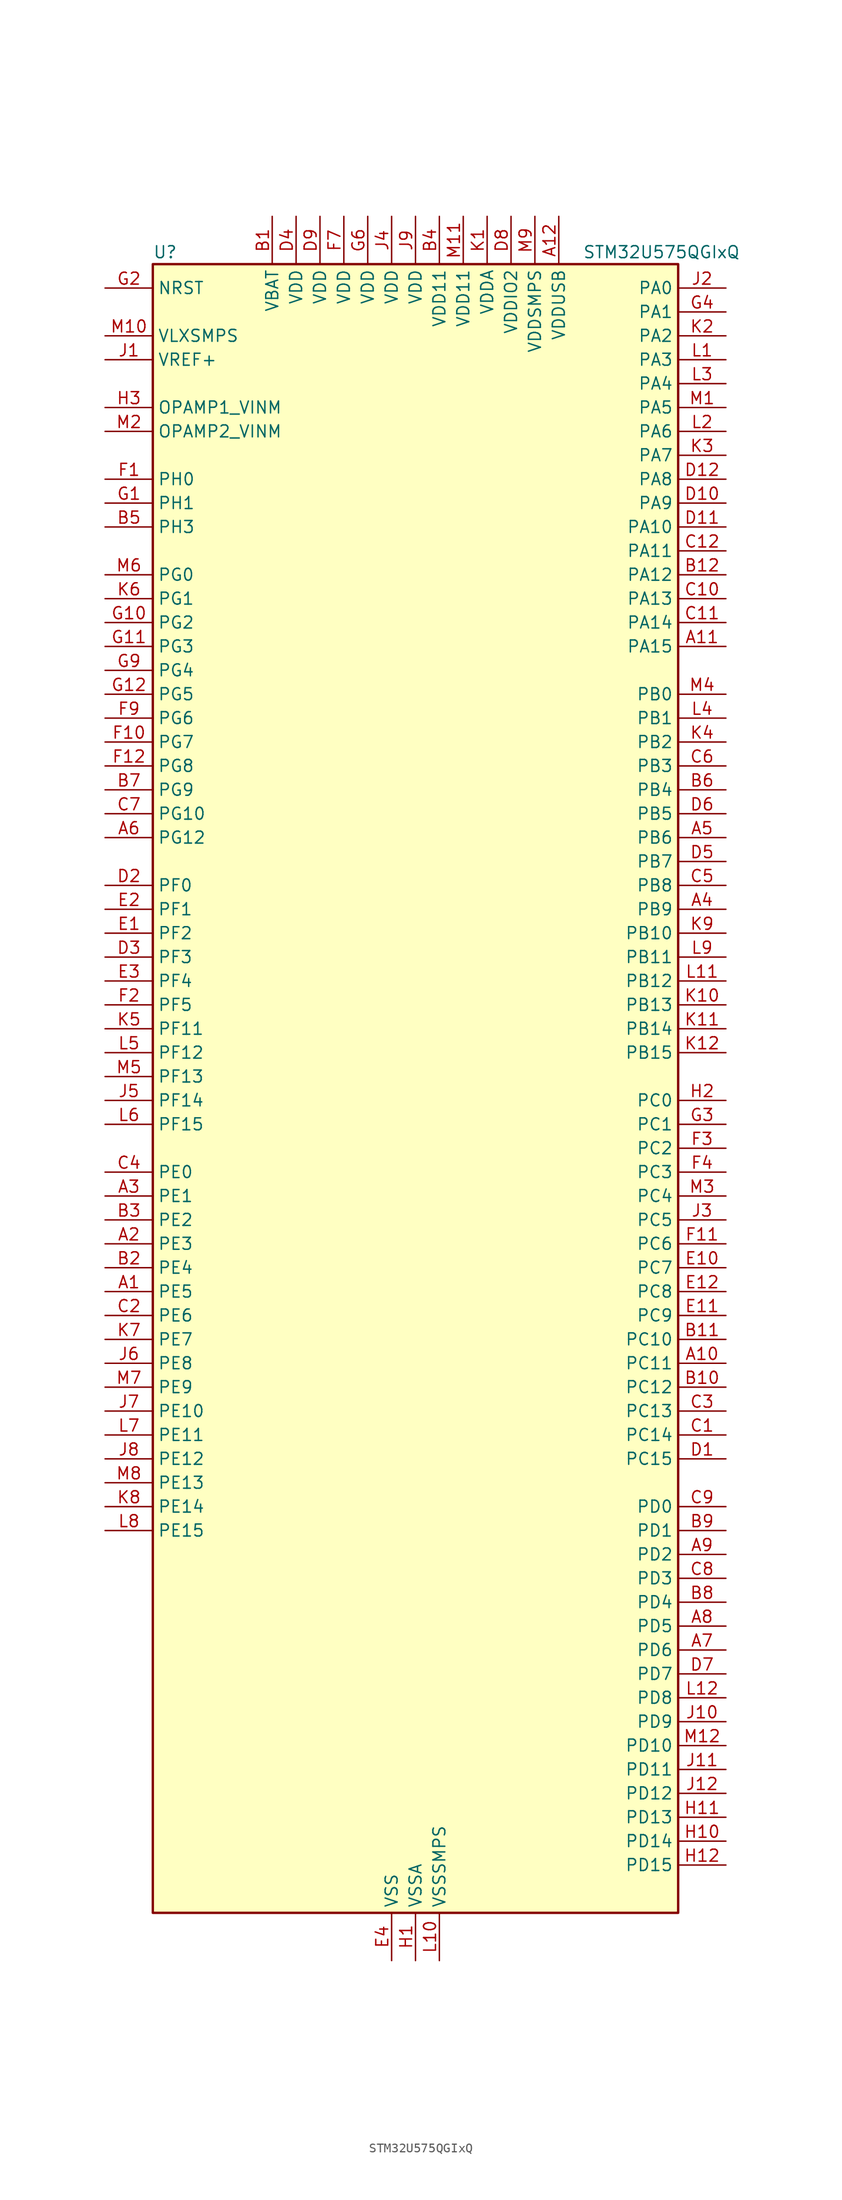
<source format=kicad_sym>
(kicad_symbol_lib
  (version 20220914)
  (generator kicad_symbol_editor)
  (symbol "STM32U575QGIxQ"
    (property "Reference" "U"
      (at -27.94 90.17 0)
      (effects (font (size 1.27 1.27)) (justify left)))
    (property "Value" "STM32U575QGIxQ"
      (at 17.78 90.17 0)
      (effects (font (size 1.27 1.27)) (justify left)))
    (property "ki_locked" ""
      (at 0 0 0)
      (effects (font (size 1.27 1.27))))
    (symbol "STM32U575QGIxQ_0_1"
      (rectangle (start -27.94 -86.36) (end 27.94 88.9) (stroke (width 0.254) (type default)) (fill (type background))))
    (symbol "STM32U575QGIxQ_1_1"
      (pin bidirectional line (at -33.02 -20.32 0) (length 5.08) (name "PE5" (effects (font (size 1.27 1.27)))) (number "A1" (effects (font (size 1.27 1.27)))) (alternate "DCMI_D6" bidirectional line) (alternate "DEBUG_TRACED2" bidirectional line) (alternate "FMC_A21" bidirectional line) (alternate "MDF1_CKI3" bidirectional line) (alternate "PSSI_D6" bidirectional line) (alternate "PWR_WKUP2" bidirectional line) (alternate "SAI1_CK2" bidirectional line) (alternate "SAI1_SCK_A" bidirectional line) (alternate "TAMP_IN8" bidirectional line) (alternate "TAMP_OUT7" bidirectional line) (alternate "TIM3_CH3" bidirectional line) (alternate "TSC_G7_IO4" bidirectional line))
      (pin bidirectional line (at 33.02 -27.94 180) (length 5.08) (name "PC11" (effects (font (size 1.27 1.27)))) (number "A10" (effects (font (size 1.27 1.27)))) (alternate "ADC1_EXTI11" bidirectional line) (alternate "ADF1_SDI0" bidirectional line) (alternate "DCMI_D2" bidirectional line) (alternate "DCMI_D4" bidirectional line) (alternate "LPTIM3_IN1" bidirectional line) (alternate "OCTOSPIM_P1_NCS" bidirectional line) (alternate "PSSI_D2" bidirectional line) (alternate "PSSI_D4" bidirectional line) (alternate "SAI2_MCLK_B" bidirectional line) (alternate "SDMMC1_D3" bidirectional line) (alternate "SPI3_MISO" bidirectional line) (alternate "TSC_G3_IO3" bidirectional line) (alternate "UART4_RX" bidirectional line) (alternate "UCPD1_FRSTX2" bidirectional line) (alternate "USART3_RX" bidirectional line))
      (pin bidirectional line (at 33.02 48.26 180) (length 5.08) (name "PA15" (effects (font (size 1.27 1.27)))) (number "A11" (effects (font (size 1.27 1.27)))) (alternate "ADC1_EXTI15" bidirectional line) (alternate "ADC4_EXTI15" bidirectional line) (alternate "DEBUG_JTDI" bidirectional line) (alternate "SAI2_FS_B" bidirectional line) (alternate "SPI1_NSS" bidirectional line) (alternate "SPI3_NSS" bidirectional line) (alternate "TIM2_CH1" bidirectional line) (alternate "TIM2_ETR" bidirectional line) (alternate "UART4_DE" bidirectional line) (alternate "UART4_RTS" bidirectional line) (alternate "UCPD1_CC1" bidirectional line) (alternate "USART2_RX" bidirectional line) (alternate "USART3_DE" bidirectional line) (alternate "USART3_RTS" bidirectional line))
      (pin power_in line (at 15.24 93.98 270) (length 5.08) (name "VDDUSB" (effects (font (size 1.27 1.27)))) (number "A12" (effects (font (size 1.27 1.27)))))
      (pin bidirectional line (at -33.02 -15.24 0) (length 5.08) (name "PE3" (effects (font (size 1.27 1.27)))) (number "A2" (effects (font (size 1.27 1.27)))) (alternate "DEBUG_TRACED0" bidirectional line) (alternate "FMC_A19" bidirectional line) (alternate "OCTOSPIM_P1_DQS" bidirectional line) (alternate "SAI1_SD_B" bidirectional line) (alternate "TAMP_IN6" bidirectional line) (alternate "TAMP_OUT3" bidirectional line) (alternate "TIM3_CH1" bidirectional line) (alternate "TSC_G7_IO2" bidirectional line))
      (pin bidirectional line (at -33.02 -10.16 0) (length 5.08) (name "PE1" (effects (font (size 1.27 1.27)))) (number "A3" (effects (font (size 1.27 1.27)))) (alternate "DCMI_D3" bidirectional line) (alternate "FMC_NBL1" bidirectional line) (alternate "PSSI_D3" bidirectional line) (alternate "TIM17_CH1" bidirectional line))
      (pin bidirectional line (at 33.02 20.32 180) (length 5.08) (name "PB9" (effects (font (size 1.27 1.27)))) (number "A4" (effects (font (size 1.27 1.27)))) (alternate "DAC1_EXTI9" bidirectional line) (alternate "DCMI_D7" bidirectional line) (alternate "FDCAN1_TX" bidirectional line) (alternate "I2C1_SDA" bidirectional line) (alternate "IR_OUT" bidirectional line) (alternate "PSSI_D7" bidirectional line) (alternate "SAI1_D2" bidirectional line) (alternate "SAI1_FS_A" bidirectional line) (alternate "SDMMC1_CDIR" bidirectional line) (alternate "SDMMC1_D5" bidirectional line) (alternate "SDMMC2_D5" bidirectional line) (alternate "SPI2_NSS" bidirectional line) (alternate "TIM17_CH1" bidirectional line) (alternate "TIM4_CH4" bidirectional line))
      (pin bidirectional line (at 33.02 27.94 180) (length 5.08) (name "PB6" (effects (font (size 1.27 1.27)))) (number "A5" (effects (font (size 1.27 1.27)))) (alternate "COMP2_INP" bidirectional line) (alternate "DCMI_D5" bidirectional line) (alternate "I2C1_SCL" bidirectional line) (alternate "I2C4_SCL" bidirectional line) (alternate "LPTIM1_ETR" bidirectional line) (alternate "MDF1_SDI5" bidirectional line) (alternate "PSSI_D5" bidirectional line) (alternate "PWR_WKUP3" bidirectional line) (alternate "SAI1_FS_B" bidirectional line) (alternate "TIM16_CH1N" bidirectional line) (alternate "TIM4_CH1" bidirectional line) (alternate "TIM8_BKIN2" bidirectional line) (alternate "TSC_G2_IO3" bidirectional line) (alternate "USART1_TX" bidirectional line))
      (pin bidirectional line (at -33.02 27.94 0) (length 5.08) (name "PG12" (effects (font (size 1.27 1.27)))) (number "A6" (effects (font (size 1.27 1.27)))) (alternate "FMC_NE4" bidirectional line) (alternate "LPTIM1_ETR" bidirectional line) (alternate "OCTOSPIM_P2_NCS" bidirectional line) (alternate "SAI2_SD_A" bidirectional line) (alternate "SPI3_NSS" bidirectional line) (alternate "USART1_DE" bidirectional line) (alternate "USART1_RTS" bidirectional line))
      (pin bidirectional line (at 33.02 -58.42 180) (length 5.08) (name "PD6" (effects (font (size 1.27 1.27)))) (number "A7" (effects (font (size 1.27 1.27)))) (alternate "DCMI_D10" bidirectional line) (alternate "FMC_NWAIT" bidirectional line) (alternate "MDF1_SDI1" bidirectional line) (alternate "OCTOSPIM_P1_IO6" bidirectional line) (alternate "PSSI_D10" bidirectional line) (alternate "SAI1_D1" bidirectional line) (alternate "SAI1_SD_A" bidirectional line) (alternate "SDMMC2_CK" bidirectional line) (alternate "SPI3_MOSI" bidirectional line) (alternate "USART2_RX" bidirectional line))
      (pin bidirectional line (at 33.02 -55.88 180) (length 5.08) (name "PD5" (effects (font (size 1.27 1.27)))) (number "A8" (effects (font (size 1.27 1.27)))) (alternate "FMC_NWE" bidirectional line) (alternate "OCTOSPIM_P1_IO5" bidirectional line) (alternate "SPI2_RDY" bidirectional line) (alternate "USART2_TX" bidirectional line))
      (pin bidirectional line (at 33.02 -48.26 180) (length 5.08) (name "PD2" (effects (font (size 1.27 1.27)))) (number "A9" (effects (font (size 1.27 1.27)))) (alternate "DCMI_D11" bidirectional line) (alternate "DEBUG_TRACED2" bidirectional line) (alternate "LPTIM4_ETR" bidirectional line) (alternate "PSSI_D11" bidirectional line) (alternate "SDMMC1_CMD" bidirectional line) (alternate "TIM3_ETR" bidirectional line) (alternate "TSC_SYNC" bidirectional line) (alternate "UART5_RX" bidirectional line) (alternate "USART3_DE" bidirectional line) (alternate "USART3_RTS" bidirectional line))
      (pin power_in line (at -15.24 93.98 270) (length 5.08) (name "VBAT" (effects (font (size 1.27 1.27)))) (number "B1" (effects (font (size 1.27 1.27)))))
      (pin bidirectional line (at 33.02 -30.48 180) (length 5.08) (name "PC12" (effects (font (size 1.27 1.27)))) (number "B10" (effects (font (size 1.27 1.27)))) (alternate "DCMI_D9" bidirectional line) (alternate "DEBUG_TRACED3" bidirectional line) (alternate "PSSI_D9" bidirectional line) (alternate "SAI2_SD_B" bidirectional line) (alternate "SDMMC1_CK" bidirectional line) (alternate "SPI3_MOSI" bidirectional line) (alternate "TSC_G3_IO4" bidirectional line) (alternate "UART5_TX" bidirectional line) (alternate "USART3_CK" bidirectional line))
      (pin bidirectional line (at 33.02 -25.4 180) (length 5.08) (name "PC10" (effects (font (size 1.27 1.27)))) (number "B11" (effects (font (size 1.27 1.27)))) (alternate "ADF1_CCK1" bidirectional line) (alternate "DCMI_D8" bidirectional line) (alternate "DEBUG_TRACED1" bidirectional line) (alternate "LPTIM3_ETR" bidirectional line) (alternate "PSSI_D8" bidirectional line) (alternate "SAI2_SCK_B" bidirectional line) (alternate "SDMMC1_D2" bidirectional line) (alternate "SPI3_SCK" bidirectional line) (alternate "TSC_G3_IO2" bidirectional line) (alternate "UART4_TX" bidirectional line) (alternate "USART3_TX" bidirectional line))
      (pin bidirectional line (at 33.02 55.88 180) (length 5.08) (name "PA12" (effects (font (size 1.27 1.27)))) (number "B12" (effects (font (size 1.27 1.27)))) (alternate "FDCAN1_TX" bidirectional line) (alternate "OCTOSPIM_P2_NCS" bidirectional line) (alternate "SPI1_MOSI" bidirectional line) (alternate "TIM1_ETR" bidirectional line) (alternate "USART1_DE" bidirectional line) (alternate "USART1_RTS" bidirectional line) (alternate "USB_OTG_FS_DP" bidirectional line))
      (pin bidirectional line (at -33.02 -17.78 0) (length 5.08) (name "PE4" (effects (font (size 1.27 1.27)))) (number "B2" (effects (font (size 1.27 1.27)))) (alternate "DCMI_D4" bidirectional line) (alternate "DEBUG_TRACED1" bidirectional line) (alternate "FMC_A20" bidirectional line) (alternate "MDF1_SDI3" bidirectional line) (alternate "PSSI_D4" bidirectional line) (alternate "PWR_WKUP1" bidirectional line) (alternate "SAI1_D2" bidirectional line) (alternate "SAI1_FS_A" bidirectional line) (alternate "TAMP_IN7" bidirectional line) (alternate "TAMP_OUT8" bidirectional line) (alternate "TIM3_CH2" bidirectional line) (alternate "TSC_G7_IO3" bidirectional line))
      (pin bidirectional line (at -33.02 -12.7 0) (length 5.08) (name "PE2" (effects (font (size 1.27 1.27)))) (number "B3" (effects (font (size 1.27 1.27)))) (alternate "DEBUG_TRACECLK" bidirectional line) (alternate "FMC_A23" bidirectional line) (alternate "SAI1_CK1" bidirectional line) (alternate "SAI1_MCLK_A" bidirectional line) (alternate "TIM3_ETR" bidirectional line) (alternate "TSC_G7_IO1" bidirectional line))
      (pin power_in line (at 2.54 93.98 270) (length 5.08) (name "VDD11" (effects (font (size 1.27 1.27)))) (number "B4" (effects (font (size 1.27 1.27)))))
      (pin bidirectional line (at -33.02 60.96 0) (length 5.08) (name "PH3" (effects (font (size 1.27 1.27)))) (number "B5" (effects (font (size 1.27 1.27)))))
      (pin bidirectional line (at 33.02 33.02 180) (length 5.08) (name "PB4" (effects (font (size 1.27 1.27)))) (number "B6" (effects (font (size 1.27 1.27)))) (alternate "ADF1_SDI0" bidirectional line) (alternate "COMP2_INP" bidirectional line) (alternate "DCMI_D12" bidirectional line) (alternate "DEBUG_JTRST" bidirectional line) (alternate "I2C3_SDA" bidirectional line) (alternate "LPTIM1_CH2" bidirectional line) (alternate "PSSI_D12" bidirectional line) (alternate "SAI1_MCLK_B" bidirectional line) (alternate "SDMMC2_D3" bidirectional line) (alternate "SPI1_MISO" bidirectional line) (alternate "SPI3_MISO" bidirectional line) (alternate "TIM17_BKIN" bidirectional line) (alternate "TIM3_CH1" bidirectional line) (alternate "TSC_G2_IO1" bidirectional line) (alternate "UART5_DE" bidirectional line) (alternate "UART5_RTS" bidirectional line) (alternate "USART1_CTS" bidirectional line))
      (pin bidirectional line (at -33.02 33.02 0) (length 5.08) (name "PG9" (effects (font (size 1.27 1.27)))) (number "B7" (effects (font (size 1.27 1.27)))) (alternate "DAC1_EXTI9" bidirectional line) (alternate "FMC_NCE" bidirectional line) (alternate "FMC_NE2" bidirectional line) (alternate "OCTOSPIM_P2_IO6" bidirectional line) (alternate "SAI2_SCK_A" bidirectional line) (alternate "SPI3_SCK" bidirectional line) (alternate "TIM15_CH1N" bidirectional line) (alternate "USART1_TX" bidirectional line))
      (pin bidirectional line (at 33.02 -53.34 180) (length 5.08) (name "PD4" (effects (font (size 1.27 1.27)))) (number "B8" (effects (font (size 1.27 1.27)))) (alternate "FMC_NOE" bidirectional line) (alternate "MDF1_CKI0" bidirectional line) (alternate "OCTOSPIM_P1_IO4" bidirectional line) (alternate "SPI2_MOSI" bidirectional line) (alternate "USART2_DE" bidirectional line) (alternate "USART2_RTS" bidirectional line))
      (pin bidirectional line (at 33.02 -45.72 180) (length 5.08) (name "PD1" (effects (font (size 1.27 1.27)))) (number "B9" (effects (font (size 1.27 1.27)))) (alternate "FDCAN1_TX" bidirectional line) (alternate "FMC_D3" bidirectional line) (alternate "FMC_DA3" bidirectional line) (alternate "SPI2_SCK" bidirectional line))
      (pin bidirectional line (at 33.02 -35.56 180) (length 5.08) (name "PC14" (effects (font (size 1.27 1.27)))) (number "C1" (effects (font (size 1.27 1.27)))) (alternate "RCC_OSC32_IN" bidirectional line))
      (pin bidirectional line (at 33.02 53.34 180) (length 5.08) (name "PA13" (effects (font (size 1.27 1.27)))) (number "C10" (effects (font (size 1.27 1.27)))) (alternate "DEBUG_JTMS-SWDIO" bidirectional line) (alternate "IR_OUT" bidirectional line) (alternate "SAI1_SD_B" bidirectional line) (alternate "USB_OTG_FS_NOE" bidirectional line))
      (pin bidirectional line (at 33.02 50.8 180) (length 5.08) (name "PA14" (effects (font (size 1.27 1.27)))) (number "C11" (effects (font (size 1.27 1.27)))) (alternate "DEBUG_JTCK-SWCLK" bidirectional line) (alternate "I2C1_SMBA" bidirectional line) (alternate "I2C4_SMBA" bidirectional line) (alternate "LPTIM1_CH1" bidirectional line) (alternate "SAI1_FS_B" bidirectional line) (alternate "USB_OTG_FS_SOF" bidirectional line))
      (pin bidirectional line (at 33.02 58.42 180) (length 5.08) (name "PA11" (effects (font (size 1.27 1.27)))) (number "C12" (effects (font (size 1.27 1.27)))) (alternate "ADC1_EXTI11" bidirectional line) (alternate "FDCAN1_RX" bidirectional line) (alternate "SPI1_MISO" bidirectional line) (alternate "TIM1_BKIN2" bidirectional line) (alternate "TIM1_CH4" bidirectional line) (alternate "USART1_CTS" bidirectional line) (alternate "USB_OTG_FS_DM" bidirectional line))
      (pin bidirectional line (at -33.02 -22.86 0) (length 5.08) (name "PE6" (effects (font (size 1.27 1.27)))) (number "C2" (effects (font (size 1.27 1.27)))) (alternate "DCMI_D7" bidirectional line) (alternate "DEBUG_TRACED3" bidirectional line) (alternate "FMC_A22" bidirectional line) (alternate "PSSI_D7" bidirectional line) (alternate "PWR_WKUP3" bidirectional line) (alternate "SAI1_D1" bidirectional line) (alternate "SAI1_SD_A" bidirectional line) (alternate "TAMP_IN3" bidirectional line) (alternate "TAMP_OUT6" bidirectional line) (alternate "TIM3_CH4" bidirectional line))
      (pin bidirectional line (at 33.02 -33.02 180) (length 5.08) (name "PC13" (effects (font (size 1.27 1.27)))) (number "C3" (effects (font (size 1.27 1.27)))) (alternate "PWR_WKUP2" bidirectional line) (alternate "RTC_OUT1" bidirectional line) (alternate "RTC_TS" bidirectional line) (alternate "TAMP_IN1" bidirectional line) (alternate "TAMP_OUT2" bidirectional line))
      (pin bidirectional line (at -33.02 -7.62 0) (length 5.08) (name "PE0" (effects (font (size 1.27 1.27)))) (number "C4" (effects (font (size 1.27 1.27)))) (alternate "DCMI_D2" bidirectional line) (alternate "FMC_NBL0" bidirectional line) (alternate "PSSI_D2" bidirectional line) (alternate "TIM16_CH1" bidirectional line) (alternate "TIM4_ETR" bidirectional line))
      (pin bidirectional line (at 33.02 22.86 180) (length 5.08) (name "PB8" (effects (font (size 1.27 1.27)))) (number "C5" (effects (font (size 1.27 1.27)))) (alternate "DCMI_D6" bidirectional line) (alternate "FDCAN1_RX" bidirectional line) (alternate "I2C1_SCL" bidirectional line) (alternate "MDF1_CCK0" bidirectional line) (alternate "PSSI_D6" bidirectional line) (alternate "PWR_WKUP5" bidirectional line) (alternate "SAI1_CK1" bidirectional line) (alternate "SAI1_MCLK_A" bidirectional line) (alternate "SDMMC1_CKIN" bidirectional line) (alternate "SDMMC1_D4" bidirectional line) (alternate "SDMMC2_D4" bidirectional line) (alternate "SPI3_RDY" bidirectional line) (alternate "TIM16_CH1" bidirectional line) (alternate "TIM4_CH3" bidirectional line))
      (pin bidirectional line (at 33.02 35.56 180) (length 5.08) (name "PB3" (effects (font (size 1.27 1.27)))) (number "C6" (effects (font (size 1.27 1.27)))) (alternate "ADF1_CCK0" bidirectional line) (alternate "COMP2_INM" bidirectional line) (alternate "CRS_SYNC" bidirectional line) (alternate "DEBUG_JTDO-SWO" bidirectional line) (alternate "I2C1_SDA" bidirectional line) (alternate "LPTIM1_CH1" bidirectional line) (alternate "SAI1_SCK_B" bidirectional line) (alternate "SDMMC2_D2" bidirectional line) (alternate "SPI1_SCK" bidirectional line) (alternate "SPI3_SCK" bidirectional line) (alternate "TIM2_CH2" bidirectional line) (alternate "USART1_DE" bidirectional line) (alternate "USART1_RTS" bidirectional line))
      (pin bidirectional line (at -33.02 30.48 0) (length 5.08) (name "PG10" (effects (font (size 1.27 1.27)))) (number "C7" (effects (font (size 1.27 1.27)))) (alternate "FMC_NE3" bidirectional line) (alternate "LPTIM1_IN1" bidirectional line) (alternate "OCTOSPIM_P2_IO7" bidirectional line) (alternate "SAI2_FS_A" bidirectional line) (alternate "SPI3_MISO" bidirectional line) (alternate "TIM15_CH1" bidirectional line) (alternate "USART1_RX" bidirectional line))
      (pin bidirectional line (at 33.02 -50.8 180) (length 5.08) (name "PD3" (effects (font (size 1.27 1.27)))) (number "C8" (effects (font (size 1.27 1.27)))) (alternate "DCMI_D5" bidirectional line) (alternate "FMC_CLK" bidirectional line) (alternate "MDF1_SDI0" bidirectional line) (alternate "OCTOSPIM_P2_NCS" bidirectional line) (alternate "PSSI_D5" bidirectional line) (alternate "SPI2_MISO" bidirectional line) (alternate "SPI2_SCK" bidirectional line) (alternate "USART2_CTS" bidirectional line))
      (pin bidirectional line (at 33.02 -43.18 180) (length 5.08) (name "PD0" (effects (font (size 1.27 1.27)))) (number "C9" (effects (font (size 1.27 1.27)))) (alternate "FDCAN1_RX" bidirectional line) (alternate "FMC_D2" bidirectional line) (alternate "FMC_DA2" bidirectional line) (alternate "SPI2_NSS" bidirectional line) (alternate "TIM8_CH4N" bidirectional line))
      (pin bidirectional line (at 33.02 -38.1 180) (length 5.08) (name "PC15" (effects (font (size 1.27 1.27)))) (number "D1" (effects (font (size 1.27 1.27)))) (alternate "ADC1_EXTI15" bidirectional line) (alternate "ADC4_EXTI15" bidirectional line) (alternate "RCC_OSC32_OUT" bidirectional line))
      (pin bidirectional line (at 33.02 63.5 180) (length 5.08) (name "PA9" (effects (font (size 1.27 1.27)))) (number "D10" (effects (font (size 1.27 1.27)))) (alternate "DAC1_EXTI9" bidirectional line) (alternate "DCMI_D0" bidirectional line) (alternate "PSSI_D0" bidirectional line) (alternate "SAI1_FS_A" bidirectional line) (alternate "SPI2_SCK" bidirectional line) (alternate "TIM15_BKIN" bidirectional line) (alternate "TIM1_CH2" bidirectional line) (alternate "USART1_TX" bidirectional line) (alternate "USB_OTG_FS_VBUS" bidirectional line))
      (pin bidirectional line (at 33.02 60.96 180) (length 5.08) (name "PA10" (effects (font (size 1.27 1.27)))) (number "D11" (effects (font (size 1.27 1.27)))) (alternate "CRS_SYNC" bidirectional line) (alternate "DCMI_D1" bidirectional line) (alternate "LPTIM2_IN2" bidirectional line) (alternate "PSSI_D1" bidirectional line) (alternate "SAI1_D1" bidirectional line) (alternate "SAI1_SD_A" bidirectional line) (alternate "TIM17_BKIN" bidirectional line) (alternate "TIM1_CH3" bidirectional line) (alternate "USART1_RX" bidirectional line) (alternate "USB_OTG_FS_ID" bidirectional line))
      (pin bidirectional line (at 33.02 66.04 180) (length 5.08) (name "PA8" (effects (font (size 1.27 1.27)))) (number "D12" (effects (font (size 1.27 1.27)))) (alternate "DEBUG_TRACECLK" bidirectional line) (alternate "LPTIM2_CH1" bidirectional line) (alternate "RCC_MCO" bidirectional line) (alternate "SAI1_CK2" bidirectional line) (alternate "SAI1_SCK_A" bidirectional line) (alternate "SPI1_RDY" bidirectional line) (alternate "TIM1_CH1" bidirectional line) (alternate "USART1_CK" bidirectional line) (alternate "USB_OTG_FS_SOF" bidirectional line))
      (pin bidirectional line (at -33.02 22.86 0) (length 5.08) (name "PF0" (effects (font (size 1.27 1.27)))) (number "D2" (effects (font (size 1.27 1.27)))) (alternate "FMC_A0" bidirectional line) (alternate "I2C2_SDA" bidirectional line) (alternate "OCTOSPIM_P2_IO0" bidirectional line))
      (pin bidirectional line (at -33.02 15.24 0) (length 5.08) (name "PF3" (effects (font (size 1.27 1.27)))) (number "D3" (effects (font (size 1.27 1.27)))) (alternate "FMC_A3" bidirectional line) (alternate "LPTIM3_IN1" bidirectional line) (alternate "OCTOSPIM_P2_IO3" bidirectional line))
      (pin power_in line (at -12.7 93.98 270) (length 5.08) (name "VDD" (effects (font (size 1.27 1.27)))) (number "D4" (effects (font (size 1.27 1.27)))))
      (pin bidirectional line (at 33.02 25.4 180) (length 5.08) (name "PB7" (effects (font (size 1.27 1.27)))) (number "D5" (effects (font (size 1.27 1.27)))) (alternate "COMP2_INM" bidirectional line) (alternate "DCMI_VSYNC" bidirectional line) (alternate "FMC_NL" bidirectional line) (alternate "I2C1_SDA" bidirectional line) (alternate "I2C4_SDA" bidirectional line) (alternate "LPTIM1_IN2" bidirectional line) (alternate "MDF1_CKI5" bidirectional line) (alternate "PSSI_RDY" bidirectional line) (alternate "PWR_PVD_IN" bidirectional line) (alternate "PWR_WKUP4" bidirectional line) (alternate "TIM17_CH1N" bidirectional line) (alternate "TIM4_CH2" bidirectional line) (alternate "TIM8_BKIN" bidirectional line) (alternate "TSC_G2_IO4" bidirectional line) (alternate "UART4_CTS" bidirectional line) (alternate "USART1_RX" bidirectional line))
      (pin bidirectional line (at 33.02 30.48 180) (length 5.08) (name "PB5" (effects (font (size 1.27 1.27)))) (number "D6" (effects (font (size 1.27 1.27)))) (alternate "COMP2_OUT" bidirectional line) (alternate "DCMI_D10" bidirectional line) (alternate "I2C1_SMBA" bidirectional line) (alternate "LPTIM1_IN1" bidirectional line) (alternate "OCTOSPIM_P1_NCLK" bidirectional line) (alternate "PSSI_D10" bidirectional line) (alternate "PWR_WKUP6" bidirectional line) (alternate "SAI1_SD_B" bidirectional line) (alternate "SPI1_MOSI" bidirectional line) (alternate "SPI3_MOSI" bidirectional line) (alternate "TIM16_BKIN" bidirectional line) (alternate "TIM3_CH2" bidirectional line) (alternate "TSC_G2_IO2" bidirectional line) (alternate "UART5_CTS" bidirectional line) (alternate "UCPD1_DBCC1" bidirectional line) (alternate "USART1_CK" bidirectional line))
      (pin bidirectional line (at 33.02 -60.96 180) (length 5.08) (name "PD7" (effects (font (size 1.27 1.27)))) (number "D7" (effects (font (size 1.27 1.27)))) (alternate "FMC_NCE" bidirectional line) (alternate "FMC_NE1" bidirectional line) (alternate "LPTIM4_OUT" bidirectional line) (alternate "MDF1_CKI1" bidirectional line) (alternate "OCTOSPIM_P1_IO7" bidirectional line) (alternate "SDMMC2_CMD" bidirectional line) (alternate "USART2_CK" bidirectional line))
      (pin power_in line (at 10.16 93.98 270) (length 5.08) (name "VDDIO2" (effects (font (size 1.27 1.27)))) (number "D8" (effects (font (size 1.27 1.27)))))
      (pin power_in line (at -10.16 93.98 270) (length 5.08) (name "VDD" (effects (font (size 1.27 1.27)))) (number "D9" (effects (font (size 1.27 1.27)))))
      (pin bidirectional line (at -33.02 17.78 0) (length 5.08) (name "PF2" (effects (font (size 1.27 1.27)))) (number "E1" (effects (font (size 1.27 1.27)))) (alternate "FMC_A2" bidirectional line) (alternate "I2C2_SMBA" bidirectional line) (alternate "LPTIM3_CH2" bidirectional line) (alternate "OCTOSPIM_P2_IO2" bidirectional line) (alternate "PWR_WKUP8" bidirectional line))
      (pin bidirectional line (at 33.02 -17.78 180) (length 5.08) (name "PC7" (effects (font (size 1.27 1.27)))) (number "E10" (effects (font (size 1.27 1.27)))) (alternate "DCMI_D1" bidirectional line) (alternate "LPTIM2_CH2" bidirectional line) (alternate "MDF1_SDI3" bidirectional line) (alternate "PSSI_D1" bidirectional line) (alternate "PWR_CDSTOP" bidirectional line) (alternate "SAI2_MCLK_B" bidirectional line) (alternate "SDMMC1_D123DIR" bidirectional line) (alternate "SDMMC1_D7" bidirectional line) (alternate "SDMMC2_D7" bidirectional line) (alternate "TIM3_CH2" bidirectional line) (alternate "TIM8_CH2" bidirectional line) (alternate "TSC_G4_IO2" bidirectional line))
      (pin bidirectional line (at 33.02 -22.86 180) (length 5.08) (name "PC9" (effects (font (size 1.27 1.27)))) (number "E11" (effects (font (size 1.27 1.27)))) (alternate "DAC1_EXTI9" bidirectional line) (alternate "DCMI_D3" bidirectional line) (alternate "DEBUG_TRACED0" bidirectional line) (alternate "LPTIM3_CH2" bidirectional line) (alternate "PSSI_D3" bidirectional line) (alternate "SDMMC1_D1" bidirectional line) (alternate "TIM3_CH4" bidirectional line) (alternate "TIM8_BKIN2" bidirectional line) (alternate "TIM8_CH4" bidirectional line) (alternate "TSC_G4_IO4" bidirectional line) (alternate "USB_OTG_FS_NOE" bidirectional line))
      (pin bidirectional line (at 33.02 -20.32 180) (length 5.08) (name "PC8" (effects (font (size 1.27 1.27)))) (number "E12" (effects (font (size 1.27 1.27)))) (alternate "DCMI_D2" bidirectional line) (alternate "LPTIM3_CH1" bidirectional line) (alternate "PSSI_D2" bidirectional line) (alternate "PWR_SRDSTOP" bidirectional line) (alternate "SDMMC1_D0" bidirectional line) (alternate "TIM3_CH3" bidirectional line) (alternate "TIM8_CH3" bidirectional line) (alternate "TSC_G4_IO3" bidirectional line))
      (pin bidirectional line (at -33.02 20.32 0) (length 5.08) (name "PF1" (effects (font (size 1.27 1.27)))) (number "E2" (effects (font (size 1.27 1.27)))) (alternate "FMC_A1" bidirectional line) (alternate "I2C2_SCL" bidirectional line) (alternate "OCTOSPIM_P2_IO1" bidirectional line))
      (pin bidirectional line (at -33.02 12.7 0) (length 5.08) (name "PF4" (effects (font (size 1.27 1.27)))) (number "E3" (effects (font (size 1.27 1.27)))) (alternate "FMC_A4" bidirectional line) (alternate "LPTIM3_ETR" bidirectional line) (alternate "OCTOSPIM_P2_CLK" bidirectional line))
      (pin power_in line (at -2.54 -91.44 90) (length 5.08) (name "VSS" (effects (font (size 1.27 1.27)))) (number "E4" (effects (font (size 1.27 1.27)))))
      (pin passive line (at -2.54 -91.44 90) (length 5.08) hide (name "VSS" (effects (font (size 1.27 1.27)))) (number "E9" (effects (font (size 1.27 1.27)))))
      (pin bidirectional line (at -33.02 66.04 0) (length 5.08) (name "PH0" (effects (font (size 1.27 1.27)))) (number "F1" (effects (font (size 1.27 1.27)))) (alternate "RCC_OSC_IN" bidirectional line))
      (pin bidirectional line (at -33.02 38.1 0) (length 5.08) (name "PG7" (effects (font (size 1.27 1.27)))) (number "F10" (effects (font (size 1.27 1.27)))) (alternate "FMC_INT" bidirectional line) (alternate "I2C3_SCL" bidirectional line) (alternate "LPUART1_TX" bidirectional line) (alternate "MDF1_CCK0" bidirectional line) (alternate "OCTOSPIM_P2_DQS" bidirectional line) (alternate "SAI1_CK1" bidirectional line) (alternate "SAI1_MCLK_A" bidirectional line) (alternate "UCPD1_FRSTX2" bidirectional line))
      (pin bidirectional line (at 33.02 -15.24 180) (length 5.08) (name "PC6" (effects (font (size 1.27 1.27)))) (number "F11" (effects (font (size 1.27 1.27)))) (alternate "DCMI_D0" bidirectional line) (alternate "MDF1_CKI3" bidirectional line) (alternate "PSSI_D0" bidirectional line) (alternate "PWR_CSLEEP" bidirectional line) (alternate "SAI2_MCLK_A" bidirectional line) (alternate "SDMMC1_D0DIR" bidirectional line) (alternate "SDMMC1_D6" bidirectional line) (alternate "SDMMC2_D6" bidirectional line) (alternate "TIM3_CH1" bidirectional line) (alternate "TIM8_CH1" bidirectional line) (alternate "TSC_G4_IO1" bidirectional line))
      (pin bidirectional line (at -33.02 35.56 0) (length 5.08) (name "PG8" (effects (font (size 1.27 1.27)))) (number "F12" (effects (font (size 1.27 1.27)))) (alternate "I2C3_SDA" bidirectional line) (alternate "LPUART1_RX" bidirectional line))
      (pin bidirectional line (at -33.02 10.16 0) (length 5.08) (name "PF5" (effects (font (size 1.27 1.27)))) (number "F2" (effects (font (size 1.27 1.27)))) (alternate "FMC_A5" bidirectional line) (alternate "LPTIM3_CH1" bidirectional line) (alternate "OCTOSPIM_P2_NCLK" bidirectional line))
      (pin bidirectional line (at 33.02 -5.08 180) (length 5.08) (name "PC2" (effects (font (size 1.27 1.27)))) (number "F3" (effects (font (size 1.27 1.27)))) (alternate "ADC1_IN3" bidirectional line) (alternate "ADC4_IN3" bidirectional line) (alternate "LPTIM1_IN2" bidirectional line) (alternate "MDF1_CCK1" bidirectional line) (alternate "OCTOSPIM_P1_IO5" bidirectional line) (alternate "SPI2_MISO" bidirectional line))
      (pin bidirectional line (at 33.02 -7.62 180) (length 5.08) (name "PC3" (effects (font (size 1.27 1.27)))) (number "F4" (effects (font (size 1.27 1.27)))) (alternate "ADC1_IN4" bidirectional line) (alternate "ADC4_IN4" bidirectional line) (alternate "LPTIM1_ETR" bidirectional line) (alternate "LPTIM2_ETR" bidirectional line) (alternate "LPTIM3_CH1" bidirectional line) (alternate "OCTOSPIM_P1_IO6" bidirectional line) (alternate "SAI1_D1" bidirectional line) (alternate "SAI1_SD_A" bidirectional line) (alternate "SPI2_MOSI" bidirectional line))
      (pin passive line (at -2.54 -91.44 90) (length 5.08) hide (name "VSS" (effects (font (size 1.27 1.27)))) (number "F6" (effects (font (size 1.27 1.27)))))
      (pin power_in line (at -7.62 93.98 270) (length 5.08) (name "VDD" (effects (font (size 1.27 1.27)))) (number "F7" (effects (font (size 1.27 1.27)))))
      (pin bidirectional line (at -33.02 40.64 0) (length 5.08) (name "PG6" (effects (font (size 1.27 1.27)))) (number "F9" (effects (font (size 1.27 1.27)))) (alternate "I2C3_SMBA" bidirectional line) (alternate "LPUART1_DE" bidirectional line) (alternate "LPUART1_RTS" bidirectional line) (alternate "OCTOSPIM_P1_DQS" bidirectional line) (alternate "SPI1_RDY" bidirectional line) (alternate "UCPD1_FRSTX1" bidirectional line))
      (pin bidirectional line (at -33.02 63.5 0) (length 5.08) (name "PH1" (effects (font (size 1.27 1.27)))) (number "G1" (effects (font (size 1.27 1.27)))) (alternate "RCC_OSC_OUT" bidirectional line))
      (pin bidirectional line (at -33.02 50.8 0) (length 5.08) (name "PG2" (effects (font (size 1.27 1.27)))) (number "G10" (effects (font (size 1.27 1.27)))) (alternate "FMC_A12" bidirectional line) (alternate "SAI2_SCK_B" bidirectional line) (alternate "SPI1_SCK" bidirectional line))
      (pin bidirectional line (at -33.02 48.26 0) (length 5.08) (name "PG3" (effects (font (size 1.27 1.27)))) (number "G11" (effects (font (size 1.27 1.27)))) (alternate "FMC_A13" bidirectional line) (alternate "SAI2_FS_B" bidirectional line) (alternate "SPI1_MISO" bidirectional line))
      (pin bidirectional line (at -33.02 43.18 0) (length 5.08) (name "PG5" (effects (font (size 1.27 1.27)))) (number "G12" (effects (font (size 1.27 1.27)))) (alternate "FMC_A15" bidirectional line) (alternate "LPUART1_CTS" bidirectional line) (alternate "SAI2_SD_B" bidirectional line) (alternate "SPI1_NSS" bidirectional line))
      (pin input line (at -33.02 86.36 0) (length 5.08) (name "NRST" (effects (font (size 1.27 1.27)))) (number "G2" (effects (font (size 1.27 1.27)))))
      (pin bidirectional line (at 33.02 -2.54 180) (length 5.08) (name "PC1" (effects (font (size 1.27 1.27)))) (number "G3" (effects (font (size 1.27 1.27)))) (alternate "ADC1_IN2" bidirectional line) (alternate "ADC4_IN2" bidirectional line) (alternate "DEBUG_TRACED0" bidirectional line) (alternate "I2C3_SDA" bidirectional line) (alternate "LPTIM1_CH1" bidirectional line) (alternate "LPUART1_TX" bidirectional line) (alternate "MDF1_CKI4" bidirectional line) (alternate "OCTOSPIM_P1_IO4" bidirectional line) (alternate "SAI1_SD_A" bidirectional line) (alternate "SDMMC2_CK" bidirectional line) (alternate "SPI2_MOSI" bidirectional line))
      (pin bidirectional line (at 33.02 83.82 180) (length 5.08) (name "PA1" (effects (font (size 1.27 1.27)))) (number "G4" (effects (font (size 1.27 1.27)))) (alternate "ADC1_IN6" bidirectional line) (alternate "I2C1_SMBA" bidirectional line) (alternate "LPTIM1_CH2" bidirectional line) (alternate "OCTOSPIM_P1_DQS" bidirectional line) (alternate "OPAMP1_VINM" bidirectional line) (alternate "PWR_WKUP3" bidirectional line) (alternate "SPI1_SCK" bidirectional line) (alternate "TAMP_IN5" bidirectional line) (alternate "TAMP_OUT4" bidirectional line) (alternate "TIM15_CH1N" bidirectional line) (alternate "TIM2_CH2" bidirectional line) (alternate "TIM5_CH2" bidirectional line) (alternate "UART4_RX" bidirectional line) (alternate "USART2_DE" bidirectional line) (alternate "USART2_RTS" bidirectional line))
      (pin power_in line (at -5.08 93.98 270) (length 5.08) (name "VDD" (effects (font (size 1.27 1.27)))) (number "G6" (effects (font (size 1.27 1.27)))))
      (pin passive line (at -2.54 -91.44 90) (length 5.08) hide (name "VSS" (effects (font (size 1.27 1.27)))) (number "G7" (effects (font (size 1.27 1.27)))))
      (pin bidirectional line (at -33.02 45.72 0) (length 5.08) (name "PG4" (effects (font (size 1.27 1.27)))) (number "G9" (effects (font (size 1.27 1.27)))) (alternate "FMC_A14" bidirectional line) (alternate "SAI2_MCLK_B" bidirectional line) (alternate "SPI1_MOSI" bidirectional line))
      (pin power_in line (at 0 -91.44 90) (length 5.08) (name "VSSA" (effects (font (size 1.27 1.27)))) (number "H1" (effects (font (size 1.27 1.27)))))
      (pin bidirectional line (at 33.02 -78.74 180) (length 5.08) (name "PD14" (effects (font (size 1.27 1.27)))) (number "H10" (effects (font (size 1.27 1.27)))) (alternate "FMC_D0" bidirectional line) (alternate "FMC_DA0" bidirectional line) (alternate "LPTIM3_CH1" bidirectional line) (alternate "TIM4_CH3" bidirectional line))
      (pin bidirectional line (at 33.02 -76.2 180) (length 5.08) (name "PD13" (effects (font (size 1.27 1.27)))) (number "H11" (effects (font (size 1.27 1.27)))) (alternate "ADC4_IN17" bidirectional line) (alternate "FMC_A18" bidirectional line) (alternate "I2C4_SDA" bidirectional line) (alternate "LPTIM2_CH1" bidirectional line) (alternate "LPTIM4_IN1" bidirectional line) (alternate "TIM4_CH2" bidirectional line) (alternate "TSC_G6_IO4" bidirectional line))
      (pin bidirectional line (at 33.02 -81.28 180) (length 5.08) (name "PD15" (effects (font (size 1.27 1.27)))) (number "H12" (effects (font (size 1.27 1.27)))) (alternate "ADC1_EXTI15" bidirectional line) (alternate "ADC4_EXTI15" bidirectional line) (alternate "FMC_D1" bidirectional line) (alternate "FMC_DA1" bidirectional line) (alternate "LPTIM3_CH2" bidirectional line) (alternate "TIM4_CH4" bidirectional line))
      (pin bidirectional line (at 33.02 0 180) (length 5.08) (name "PC0" (effects (font (size 1.27 1.27)))) (number "H2" (effects (font (size 1.27 1.27)))) (alternate "ADC1_IN1" bidirectional line) (alternate "ADC4_IN1" bidirectional line) (alternate "I2C3_SCL" bidirectional line) (alternate "LPTIM1_IN1" bidirectional line) (alternate "LPTIM2_IN1" bidirectional line) (alternate "LPUART1_RX" bidirectional line) (alternate "MDF1_SDI4" bidirectional line) (alternate "OCTOSPIM_P1_IO7" bidirectional line) (alternate "SAI2_FS_A" bidirectional line) (alternate "SDMMC1_D5" bidirectional line) (alternate "SPI2_RDY" bidirectional line))
      (pin bidirectional line (at -33.02 73.66 0) (length 5.08) (name "OPAMP1_VINM" (effects (font (size 1.27 1.27)))) (number "H3" (effects (font (size 1.27 1.27)))) (alternate "OPAMP1_VINM" bidirectional line))
      (pin passive line (at -2.54 -91.44 90) (length 5.08) hide (name "VSS" (effects (font (size 1.27 1.27)))) (number "H4" (effects (font (size 1.27 1.27)))))
      (pin passive line (at -2.54 -91.44 90) (length 5.08) hide (name "VSS" (effects (font (size 1.27 1.27)))) (number "H9" (effects (font (size 1.27 1.27)))))
      (pin input line (at -33.02 78.74 0) (length 5.08) (name "VREF+" (effects (font (size 1.27 1.27)))) (number "J1" (effects (font (size 1.27 1.27)))) (alternate "VREFBUF_OUT" bidirectional line))
      (pin bidirectional line (at 33.02 -66.04 180) (length 5.08) (name "PD9" (effects (font (size 1.27 1.27)))) (number "J10" (effects (font (size 1.27 1.27)))) (alternate "DAC1_EXTI9" bidirectional line) (alternate "DCMI_PIXCLK" bidirectional line) (alternate "FMC_D14" bidirectional line) (alternate "FMC_DA14" bidirectional line) (alternate "LPTIM2_IN2" bidirectional line) (alternate "LPTIM3_IN1" bidirectional line) (alternate "PSSI_PDCK" bidirectional line) (alternate "SAI2_MCLK_A" bidirectional line) (alternate "USART3_RX" bidirectional line))
      (pin bidirectional line (at 33.02 -71.12 180) (length 5.08) (name "PD11" (effects (font (size 1.27 1.27)))) (number "J11" (effects (font (size 1.27 1.27)))) (alternate "ADC1_EXTI11" bidirectional line) (alternate "ADC4_IN15" bidirectional line) (alternate "FMC_A16" bidirectional line) (alternate "FMC_CLE" bidirectional line) (alternate "I2C4_SMBA" bidirectional line) (alternate "LPTIM2_ETR" bidirectional line) (alternate "SAI2_SD_A" bidirectional line) (alternate "TSC_G6_IO2" bidirectional line) (alternate "USART3_CTS" bidirectional line))
      (pin bidirectional line (at 33.02 -73.66 180) (length 5.08) (name "PD12" (effects (font (size 1.27 1.27)))) (number "J12" (effects (font (size 1.27 1.27)))) (alternate "ADC4_IN16" bidirectional line) (alternate "FMC_A17" bidirectional line) (alternate "FMC_ALE" bidirectional line) (alternate "I2C4_SCL" bidirectional line) (alternate "LPTIM2_IN1" bidirectional line) (alternate "SAI2_FS_A" bidirectional line) (alternate "TIM4_CH1" bidirectional line) (alternate "TSC_G6_IO3" bidirectional line) (alternate "USART3_DE" bidirectional line) (alternate "USART3_RTS" bidirectional line))
      (pin bidirectional line (at 33.02 86.36 180) (length 5.08) (name "PA0" (effects (font (size 1.27 1.27)))) (number "J2" (effects (font (size 1.27 1.27)))) (alternate "ADC1_IN5" bidirectional line) (alternate "AUDIOCLK" bidirectional line) (alternate "OCTOSPIM_P2_NCS" bidirectional line) (alternate "OPAMP1_VINP" bidirectional line) (alternate "PWR_WKUP1" bidirectional line) (alternate "SDMMC2_CMD" bidirectional line) (alternate "SPI3_RDY" bidirectional line) (alternate "TAMP_IN2" bidirectional line) (alternate "TAMP_OUT1" bidirectional line) (alternate "TIM2_CH1" bidirectional line) (alternate "TIM2_ETR" bidirectional line) (alternate "TIM5_CH1" bidirectional line) (alternate "TIM8_ETR" bidirectional line) (alternate "UART4_TX" bidirectional line) (alternate "USART2_CTS" bidirectional line))
      (pin bidirectional line (at 33.02 -12.7 180) (length 5.08) (name "PC5" (effects (font (size 1.27 1.27)))) (number "J3" (effects (font (size 1.27 1.27)))) (alternate "ADC1_IN14" bidirectional line) (alternate "ADC4_IN23" bidirectional line) (alternate "COMP1_INP" bidirectional line) (alternate "PSSI_D15" bidirectional line) (alternate "PWR_WKUP5" bidirectional line) (alternate "SAI1_D3" bidirectional line) (alternate "TAMP_IN4" bidirectional line) (alternate "TAMP_OUT5" bidirectional line) (alternate "TIM1_CH4N" bidirectional line) (alternate "USART3_RX" bidirectional line))
      (pin power_in line (at -2.54 93.98 270) (length 5.08) (name "VDD" (effects (font (size 1.27 1.27)))) (number "J4" (effects (font (size 1.27 1.27)))))
      (pin bidirectional line (at -33.02 0 0) (length 5.08) (name "PF14" (effects (font (size 1.27 1.27)))) (number "J5" (effects (font (size 1.27 1.27)))) (alternate "ADC4_IN5" bidirectional line) (alternate "FMC_A8" bidirectional line) (alternate "I2C4_SCL" bidirectional line) (alternate "TSC_G8_IO1" bidirectional line))
      (pin bidirectional line (at -33.02 -27.94 0) (length 5.08) (name "PE8" (effects (font (size 1.27 1.27)))) (number "J6" (effects (font (size 1.27 1.27)))) (alternate "FMC_D5" bidirectional line) (alternate "FMC_DA5" bidirectional line) (alternate "MDF1_CKI2" bidirectional line) (alternate "PWR_WKUP7" bidirectional line) (alternate "SAI1_SCK_B" bidirectional line) (alternate "TIM1_CH1N" bidirectional line))
      (pin bidirectional line (at -33.02 -33.02 0) (length 5.08) (name "PE10" (effects (font (size 1.27 1.27)))) (number "J7" (effects (font (size 1.27 1.27)))) (alternate "ADF1_SDI0" bidirectional line) (alternate "FMC_D7" bidirectional line) (alternate "FMC_DA7" bidirectional line) (alternate "MDF1_SDI4" bidirectional line) (alternate "OCTOSPIM_P1_CLK" bidirectional line) (alternate "SAI1_MCLK_B" bidirectional line) (alternate "TIM1_CH2N" bidirectional line) (alternate "TSC_G5_IO1" bidirectional line))
      (pin bidirectional line (at -33.02 -38.1 0) (length 5.08) (name "PE12" (effects (font (size 1.27 1.27)))) (number "J8" (effects (font (size 1.27 1.27)))) (alternate "FMC_D9" bidirectional line) (alternate "FMC_DA9" bidirectional line) (alternate "MDF1_SDI5" bidirectional line) (alternate "OCTOSPIM_P1_IO0" bidirectional line) (alternate "SPI1_NSS" bidirectional line) (alternate "TIM1_CH3N" bidirectional line) (alternate "TSC_G5_IO3" bidirectional line))
      (pin power_in line (at 0 93.98 270) (length 5.08) (name "VDD" (effects (font (size 1.27 1.27)))) (number "J9" (effects (font (size 1.27 1.27)))))
      (pin power_in line (at 7.62 93.98 270) (length 5.08) (name "VDDA" (effects (font (size 1.27 1.27)))) (number "K1" (effects (font (size 1.27 1.27)))))
      (pin bidirectional line (at 33.02 10.16 180) (length 5.08) (name "PB13" (effects (font (size 1.27 1.27)))) (number "K10" (effects (font (size 1.27 1.27)))) (alternate "I2C2_SCL" bidirectional line) (alternate "LPTIM3_IN1" bidirectional line) (alternate "LPUART1_CTS" bidirectional line) (alternate "MDF1_CKI1" bidirectional line) (alternate "SAI2_SCK_A" bidirectional line) (alternate "SPI2_SCK" bidirectional line) (alternate "TIM15_CH1N" bidirectional line) (alternate "TIM1_CH1N" bidirectional line) (alternate "TSC_G1_IO2" bidirectional line) (alternate "USART3_CTS" bidirectional line))
      (pin bidirectional line (at 33.02 7.62 180) (length 5.08) (name "PB14" (effects (font (size 1.27 1.27)))) (number "K11" (effects (font (size 1.27 1.27)))) (alternate "I2C2_SDA" bidirectional line) (alternate "LPTIM3_ETR" bidirectional line) (alternate "MDF1_SDI2" bidirectional line) (alternate "SAI2_MCLK_A" bidirectional line) (alternate "SDMMC2_D0" bidirectional line) (alternate "SPI2_MISO" bidirectional line) (alternate "TIM15_CH1" bidirectional line) (alternate "TIM1_CH2N" bidirectional line) (alternate "TIM8_CH2N" bidirectional line) (alternate "TSC_G1_IO3" bidirectional line) (alternate "UCPD1_DBCC2" bidirectional line) (alternate "USART3_DE" bidirectional line) (alternate "USART3_RTS" bidirectional line))
      (pin bidirectional line (at 33.02 5.08 180) (length 5.08) (name "PB15" (effects (font (size 1.27 1.27)))) (number "K12" (effects (font (size 1.27 1.27)))) (alternate "ADC1_EXTI15" bidirectional line) (alternate "ADC4_EXTI15" bidirectional line) (alternate "FMC_NBL1" bidirectional line) (alternate "LPTIM2_IN2" bidirectional line) (alternate "MDF1_CKI2" bidirectional line) (alternate "PWR_WKUP7" bidirectional line) (alternate "RTC_REFIN" bidirectional line) (alternate "SAI2_SD_A" bidirectional line) (alternate "SDMMC2_D1" bidirectional line) (alternate "SPI2_MOSI" bidirectional line) (alternate "TIM15_CH2" bidirectional line) (alternate "TIM1_CH3N" bidirectional line) (alternate "TIM8_CH3N" bidirectional line) (alternate "UCPD1_CC2" bidirectional line))
      (pin bidirectional line (at 33.02 81.28 180) (length 5.08) (name "PA2" (effects (font (size 1.27 1.27)))) (number "K2" (effects (font (size 1.27 1.27)))) (alternate "ADC1_IN7" bidirectional line) (alternate "COMP1_INP" bidirectional line) (alternate "LPUART1_TX" bidirectional line) (alternate "OCTOSPIM_P1_NCS" bidirectional line) (alternate "PWR_WKUP4" bidirectional line) (alternate "RCC_LSCO" bidirectional line) (alternate "SPI1_RDY" bidirectional line) (alternate "TIM15_CH1" bidirectional line) (alternate "TIM2_CH3" bidirectional line) (alternate "TIM5_CH3" bidirectional line) (alternate "UCPD1_FRSTX1" bidirectional line) (alternate "USART2_TX" bidirectional line))
      (pin bidirectional line (at 33.02 68.58 180) (length 5.08) (name "PA7" (effects (font (size 1.27 1.27)))) (number "K3" (effects (font (size 1.27 1.27)))) (alternate "ADC1_IN12" bidirectional line) (alternate "ADC4_IN20" bidirectional line) (alternate "I2C3_SCL" bidirectional line) (alternate "LPTIM2_CH2" bidirectional line) (alternate "OCTOSPIM_P1_IO2" bidirectional line) (alternate "OPAMP2_VINM" bidirectional line) (alternate "PWR_SRDSTOP" bidirectional line) (alternate "PWR_WKUP8" bidirectional line) (alternate "SPI1_MOSI" bidirectional line) (alternate "TIM17_CH1" bidirectional line) (alternate "TIM1_CH1N" bidirectional line) (alternate "TIM3_CH2" bidirectional line) (alternate "TIM8_CH1N" bidirectional line) (alternate "USART3_TX" bidirectional line))
      (pin bidirectional line (at 33.02 38.1 180) (length 5.08) (name "PB2" (effects (font (size 1.27 1.27)))) (number "K4" (effects (font (size 1.27 1.27)))) (alternate "ADC1_IN17" bidirectional line) (alternate "COMP1_INP" bidirectional line) (alternate "I2C3_SMBA" bidirectional line) (alternate "LPTIM1_CH1" bidirectional line) (alternate "MDF1_CKI0" bidirectional line) (alternate "OCTOSPIM_P1_DQS" bidirectional line) (alternate "PWR_WKUP1" bidirectional line) (alternate "RTC_OUT2" bidirectional line) (alternate "SPI1_RDY" bidirectional line) (alternate "TIM8_CH4N" bidirectional line) (alternate "UCPD1_FRSTX1" bidirectional line))
      (pin bidirectional line (at -33.02 7.62 0) (length 5.08) (name "PF11" (effects (font (size 1.27 1.27)))) (number "K5" (effects (font (size 1.27 1.27)))) (alternate "ADC1_EXTI11" bidirectional line) (alternate "DCMI_D12" bidirectional line) (alternate "LPTIM4_IN1" bidirectional line) (alternate "OCTOSPIM_P1_NCLK" bidirectional line) (alternate "PSSI_D12" bidirectional line))
      (pin bidirectional line (at -33.02 53.34 0) (length 5.08) (name "PG1" (effects (font (size 1.27 1.27)))) (number "K6" (effects (font (size 1.27 1.27)))) (alternate "ADC4_IN8" bidirectional line) (alternate "FMC_A11" bidirectional line) (alternate "OCTOSPIM_P2_IO5" bidirectional line) (alternate "TSC_G8_IO4" bidirectional line))
      (pin bidirectional line (at -33.02 -25.4 0) (length 5.08) (name "PE7" (effects (font (size 1.27 1.27)))) (number "K7" (effects (font (size 1.27 1.27)))) (alternate "FMC_D4" bidirectional line) (alternate "FMC_DA4" bidirectional line) (alternate "MDF1_SDI2" bidirectional line) (alternate "PWR_WKUP6" bidirectional line) (alternate "SAI1_SD_B" bidirectional line) (alternate "TIM1_ETR" bidirectional line))
      (pin bidirectional line (at -33.02 -43.18 0) (length 5.08) (name "PE14" (effects (font (size 1.27 1.27)))) (number "K8" (effects (font (size 1.27 1.27)))) (alternate "FMC_D11" bidirectional line) (alternate "FMC_DA11" bidirectional line) (alternate "OCTOSPIM_P1_IO2" bidirectional line) (alternate "SPI1_MISO" bidirectional line) (alternate "TIM1_BKIN2" bidirectional line) (alternate "TIM1_CH4" bidirectional line))
      (pin bidirectional line (at 33.02 17.78 180) (length 5.08) (name "PB10" (effects (font (size 1.27 1.27)))) (number "K9" (effects (font (size 1.27 1.27)))) (alternate "COMP1_OUT" bidirectional line) (alternate "I2C2_SCL" bidirectional line) (alternate "I2C4_SCL" bidirectional line) (alternate "LPTIM3_CH1" bidirectional line) (alternate "LPUART1_RX" bidirectional line) (alternate "OCTOSPIM_P1_CLK" bidirectional line) (alternate "PWR_WKUP8" bidirectional line) (alternate "SAI1_SCK_A" bidirectional line) (alternate "SPI2_SCK" bidirectional line) (alternate "TIM2_CH3" bidirectional line) (alternate "TSC_SYNC" bidirectional line) (alternate "USART3_TX" bidirectional line))
      (pin bidirectional line (at 33.02 78.74 180) (length 5.08) (name "PA3" (effects (font (size 1.27 1.27)))) (number "L1" (effects (font (size 1.27 1.27)))) (alternate "ADC1_IN8" bidirectional line) (alternate "LPUART1_RX" bidirectional line) (alternate "OCTOSPIM_P1_CLK" bidirectional line) (alternate "OPAMP1_VOUT" bidirectional line) (alternate "PWR_WKUP5" bidirectional line) (alternate "SAI1_CK1" bidirectional line) (alternate "SAI1_MCLK_A" bidirectional line) (alternate "TIM15_CH2" bidirectional line) (alternate "TIM2_CH4" bidirectional line) (alternate "TIM5_CH4" bidirectional line) (alternate "USART2_RX" bidirectional line))
      (pin power_in line (at 2.54 -91.44 90) (length 5.08) (name "VSSSMPS" (effects (font (size 1.27 1.27)))) (number "L10" (effects (font (size 1.27 1.27)))))
      (pin bidirectional line (at 33.02 12.7 180) (length 5.08) (name "PB12" (effects (font (size 1.27 1.27)))) (number "L11" (effects (font (size 1.27 1.27)))) (alternate "I2C2_SMBA" bidirectional line) (alternate "LPUART1_DE" bidirectional line) (alternate "LPUART1_RTS" bidirectional line) (alternate "MDF1_SDI1" bidirectional line) (alternate "OCTOSPIM_P1_NCLK" bidirectional line) (alternate "SAI2_FS_A" bidirectional line) (alternate "SPI2_NSS" bidirectional line) (alternate "TIM15_BKIN" bidirectional line) (alternate "TIM1_BKIN" bidirectional line) (alternate "TSC_G1_IO1" bidirectional line) (alternate "USART3_CK" bidirectional line))
      (pin bidirectional line (at 33.02 -63.5 180) (length 5.08) (name "PD8" (effects (font (size 1.27 1.27)))) (number "L12" (effects (font (size 1.27 1.27)))) (alternate "DCMI_HSYNC" bidirectional line) (alternate "FMC_D13" bidirectional line) (alternate "FMC_DA13" bidirectional line) (alternate "PSSI_DE" bidirectional line) (alternate "USART3_TX" bidirectional line))
      (pin bidirectional line (at 33.02 71.12 180) (length 5.08) (name "PA6" (effects (font (size 1.27 1.27)))) (number "L2" (effects (font (size 1.27 1.27)))) (alternate "ADC1_IN11" bidirectional line) (alternate "ADC4_IN11" bidirectional line) (alternate "DCMI_PIXCLK" bidirectional line) (alternate "LPUART1_CTS" bidirectional line) (alternate "OCTOSPIM_P1_IO3" bidirectional line) (alternate "OPAMP2_VINP" bidirectional line) (alternate "PSSI_PDCK" bidirectional line) (alternate "PWR_CDSTOP" bidirectional line) (alternate "PWR_WKUP7" bidirectional line) (alternate "SPI1_MISO" bidirectional line) (alternate "TIM16_CH1" bidirectional line) (alternate "TIM1_BKIN" bidirectional line) (alternate "TIM3_CH1" bidirectional line) (alternate "TIM8_BKIN" bidirectional line) (alternate "USART3_CTS" bidirectional line))
      (pin bidirectional line (at 33.02 76.2 180) (length 5.08) (name "PA4" (effects (font (size 1.27 1.27)))) (number "L3" (effects (font (size 1.27 1.27)))) (alternate "ADC1_IN9" bidirectional line) (alternate "ADC4_IN9" bidirectional line) (alternate "DAC1_OUT1" bidirectional line) (alternate "DCMI_HSYNC" bidirectional line) (alternate "LPTIM2_CH1" bidirectional line) (alternate "OCTOSPIM_P1_NCS" bidirectional line) (alternate "PSSI_DE" bidirectional line) (alternate "PWR_WKUP2" bidirectional line) (alternate "SAI1_FS_B" bidirectional line) (alternate "SPI1_NSS" bidirectional line) (alternate "SPI3_NSS" bidirectional line) (alternate "USART2_CK" bidirectional line))
      (pin bidirectional line (at 33.02 40.64 180) (length 5.08) (name "PB1" (effects (font (size 1.27 1.27)))) (number "L4" (effects (font (size 1.27 1.27)))) (alternate "ADC1_IN16" bidirectional line) (alternate "ADC4_IN19" bidirectional line) (alternate "COMP1_INM" bidirectional line) (alternate "LPTIM2_IN1" bidirectional line) (alternate "LPTIM3_CH2" bidirectional line) (alternate "LPUART1_DE" bidirectional line) (alternate "LPUART1_RTS" bidirectional line) (alternate "MDF1_SDI0" bidirectional line) (alternate "OCTOSPIM_P1_IO0" bidirectional line) (alternate "PWR_WKUP4" bidirectional line) (alternate "TIM1_CH3N" bidirectional line) (alternate "TIM3_CH4" bidirectional line) (alternate "TIM8_CH3N" bidirectional line) (alternate "USART3_DE" bidirectional line) (alternate "USART3_RTS" bidirectional line))
      (pin bidirectional line (at -33.02 5.08 0) (length 5.08) (name "PF12" (effects (font (size 1.27 1.27)))) (number "L5" (effects (font (size 1.27 1.27)))) (alternate "FMC_A6" bidirectional line) (alternate "LPTIM4_ETR" bidirectional line) (alternate "OCTOSPIM_P2_DQS" bidirectional line))
      (pin bidirectional line (at -33.02 -2.54 0) (length 5.08) (name "PF15" (effects (font (size 1.27 1.27)))) (number "L6" (effects (font (size 1.27 1.27)))) (alternate "ADC1_EXTI15" bidirectional line) (alternate "ADC4_EXTI15" bidirectional line) (alternate "ADC4_IN6" bidirectional line) (alternate "FMC_A9" bidirectional line) (alternate "I2C4_SDA" bidirectional line) (alternate "TSC_G8_IO2" bidirectional line))
      (pin bidirectional line (at -33.02 -35.56 0) (length 5.08) (name "PE11" (effects (font (size 1.27 1.27)))) (number "L7" (effects (font (size 1.27 1.27)))) (alternate "ADC1_EXTI11" bidirectional line) (alternate "FMC_D8" bidirectional line) (alternate "FMC_DA8" bidirectional line) (alternate "MDF1_CKI4" bidirectional line) (alternate "OCTOSPIM_P1_NCS" bidirectional line) (alternate "SPI1_RDY" bidirectional line) (alternate "TIM1_CH2" bidirectional line) (alternate "TSC_G5_IO2" bidirectional line))
      (pin bidirectional line (at -33.02 -45.72 0) (length 5.08) (name "PE15" (effects (font (size 1.27 1.27)))) (number "L8" (effects (font (size 1.27 1.27)))) (alternate "ADC1_EXTI15" bidirectional line) (alternate "ADC4_EXTI15" bidirectional line) (alternate "FMC_D12" bidirectional line) (alternate "FMC_DA12" bidirectional line) (alternate "OCTOSPIM_P1_IO3" bidirectional line) (alternate "SPI1_MOSI" bidirectional line) (alternate "TIM1_BKIN" bidirectional line) (alternate "TIM1_CH4N" bidirectional line))
      (pin bidirectional line (at 33.02 15.24 180) (length 5.08) (name "PB11" (effects (font (size 1.27 1.27)))) (number "L9" (effects (font (size 1.27 1.27)))) (alternate "ADC1_EXTI11" bidirectional line) (alternate "COMP2_OUT" bidirectional line) (alternate "I2C2_SDA" bidirectional line) (alternate "I2C4_SDA" bidirectional line) (alternate "LPUART1_TX" bidirectional line) (alternate "OCTOSPIM_P1_NCS" bidirectional line) (alternate "SPI2_RDY" bidirectional line) (alternate "TIM2_CH4" bidirectional line) (alternate "USART3_RX" bidirectional line))
      (pin bidirectional line (at 33.02 73.66 180) (length 5.08) (name "PA5" (effects (font (size 1.27 1.27)))) (number "M1" (effects (font (size 1.27 1.27)))) (alternate "ADC1_IN10" bidirectional line) (alternate "ADC4_IN10" bidirectional line) (alternate "DAC1_OUT2" bidirectional line) (alternate "LPTIM2_ETR" bidirectional line) (alternate "PSSI_D14" bidirectional line) (alternate "PWR_CSLEEP" bidirectional line) (alternate "PWR_WKUP6" bidirectional line) (alternate "SPI1_SCK" bidirectional line) (alternate "TIM2_CH1" bidirectional line) (alternate "TIM2_ETR" bidirectional line) (alternate "TIM8_CH1N" bidirectional line) (alternate "USART3_RX" bidirectional line))
      (pin power_in line (at -33.02 81.28 0) (length 5.08) (name "VLXSMPS" (effects (font (size 1.27 1.27)))) (number "M10" (effects (font (size 1.27 1.27)))))
      (pin power_in line (at 5.08 93.98 270) (length 5.08) (name "VDD11" (effects (font (size 1.27 1.27)))) (number "M11" (effects (font (size 1.27 1.27)))))
      (pin bidirectional line (at 33.02 -68.58 180) (length 5.08) (name "PD10" (effects (font (size 1.27 1.27)))) (number "M12" (effects (font (size 1.27 1.27)))) (alternate "FMC_D15" bidirectional line) (alternate "FMC_DA15" bidirectional line) (alternate "LPTIM2_CH2" bidirectional line) (alternate "LPTIM3_ETR" bidirectional line) (alternate "SAI2_SCK_A" bidirectional line) (alternate "TSC_G6_IO1" bidirectional line) (alternate "USART3_CK" bidirectional line))
      (pin bidirectional line (at -33.02 71.12 0) (length 5.08) (name "OPAMP2_VINM" (effects (font (size 1.27 1.27)))) (number "M2" (effects (font (size 1.27 1.27)))) (alternate "OPAMP2_VINM" bidirectional line))
      (pin bidirectional line (at 33.02 -10.16 180) (length 5.08) (name "PC4" (effects (font (size 1.27 1.27)))) (number "M3" (effects (font (size 1.27 1.27)))) (alternate "ADC1_IN13" bidirectional line) (alternate "ADC4_IN22" bidirectional line) (alternate "COMP1_INM" bidirectional line) (alternate "OCTOSPIM_P1_IO7" bidirectional line) (alternate "USART3_TX" bidirectional line))
      (pin bidirectional line (at 33.02 43.18 180) (length 5.08) (name "PB0" (effects (font (size 1.27 1.27)))) (number "M4" (effects (font (size 1.27 1.27)))) (alternate "ADC1_IN15" bidirectional line) (alternate "ADC4_IN18" bidirectional line) (alternate "AUDIOCLK" bidirectional line) (alternate "COMP1_OUT" bidirectional line) (alternate "LPTIM3_CH1" bidirectional line) (alternate "OCTOSPIM_P1_IO1" bidirectional line) (alternate "OPAMP2_VOUT" bidirectional line) (alternate "SPI1_NSS" bidirectional line) (alternate "TIM1_CH2N" bidirectional line) (alternate "TIM3_CH3" bidirectional line) (alternate "TIM8_CH2N" bidirectional line) (alternate "USART3_CK" bidirectional line))
      (pin bidirectional line (at -33.02 2.54 0) (length 5.08) (name "PF13" (effects (font (size 1.27 1.27)))) (number "M5" (effects (font (size 1.27 1.27)))) (alternate "FMC_A7" bidirectional line) (alternate "I2C4_SMBA" bidirectional line) (alternate "LPTIM4_OUT" bidirectional line) (alternate "UCPD1_FRSTX2" bidirectional line))
      (pin bidirectional line (at -33.02 55.88 0) (length 5.08) (name "PG0" (effects (font (size 1.27 1.27)))) (number "M6" (effects (font (size 1.27 1.27)))) (alternate "ADC4_IN7" bidirectional line) (alternate "FMC_A10" bidirectional line) (alternate "OCTOSPIM_P2_IO4" bidirectional line) (alternate "TSC_G8_IO3" bidirectional line))
      (pin bidirectional line (at -33.02 -30.48 0) (length 5.08) (name "PE9" (effects (font (size 1.27 1.27)))) (number "M7" (effects (font (size 1.27 1.27)))) (alternate "ADF1_CCK0" bidirectional line) (alternate "DAC1_EXTI9" bidirectional line) (alternate "FMC_D6" bidirectional line) (alternate "FMC_DA6" bidirectional line) (alternate "MDF1_CCK0" bidirectional line) (alternate "OCTOSPIM_P1_NCLK" bidirectional line) (alternate "SAI1_FS_B" bidirectional line) (alternate "TIM1_CH1" bidirectional line))
      (pin bidirectional line (at -33.02 -40.64 0) (length 5.08) (name "PE13" (effects (font (size 1.27 1.27)))) (number "M8" (effects (font (size 1.27 1.27)))) (alternate "FMC_D10" bidirectional line) (alternate "FMC_DA10" bidirectional line) (alternate "MDF1_CKI5" bidirectional line) (alternate "OCTOSPIM_P1_IO1" bidirectional line) (alternate "SPI1_SCK" bidirectional line) (alternate "TIM1_CH3" bidirectional line) (alternate "TSC_G5_IO4" bidirectional line))
      (pin power_in line (at 12.7 93.98 270) (length 5.08) (name "VDDSMPS" (effects (font (size 1.27 1.27)))) (number "M9" (effects (font (size 1.27 1.27))))))))
</source>
